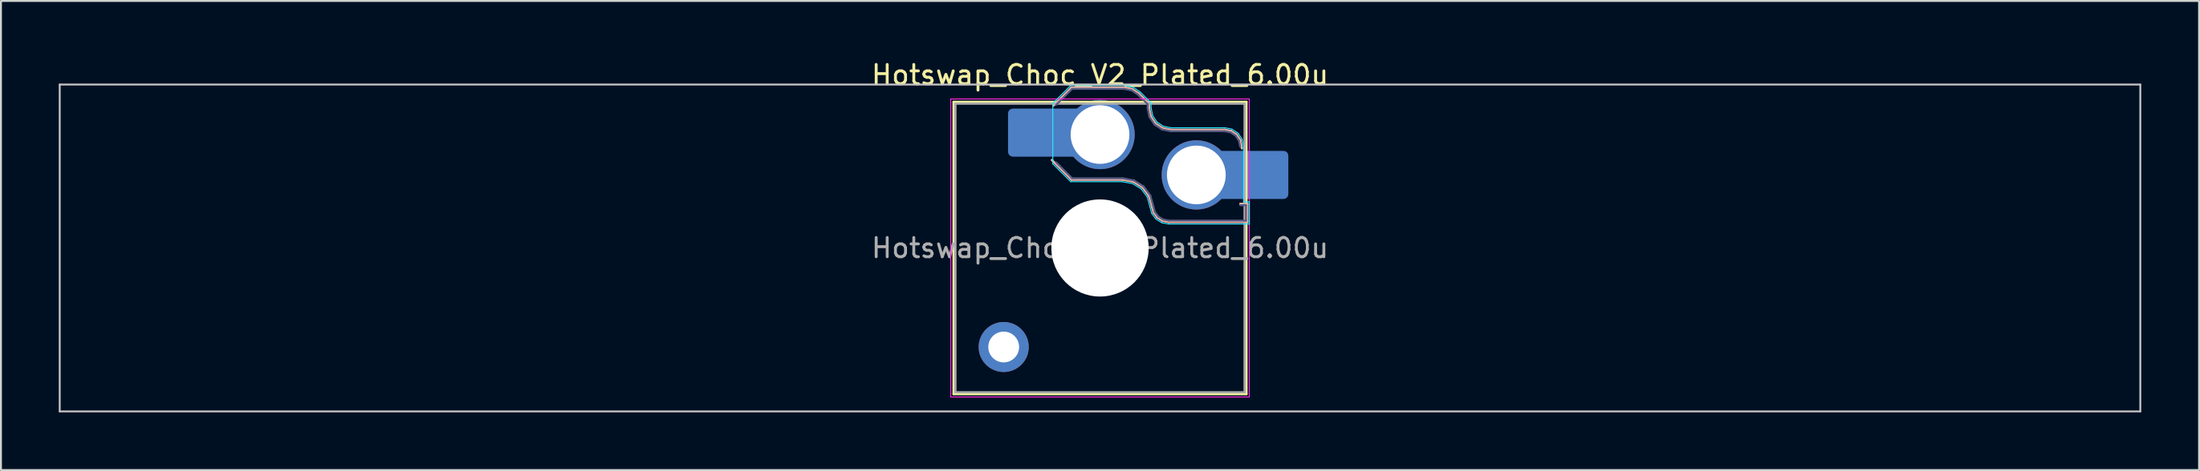
<source format=kicad_pcb>
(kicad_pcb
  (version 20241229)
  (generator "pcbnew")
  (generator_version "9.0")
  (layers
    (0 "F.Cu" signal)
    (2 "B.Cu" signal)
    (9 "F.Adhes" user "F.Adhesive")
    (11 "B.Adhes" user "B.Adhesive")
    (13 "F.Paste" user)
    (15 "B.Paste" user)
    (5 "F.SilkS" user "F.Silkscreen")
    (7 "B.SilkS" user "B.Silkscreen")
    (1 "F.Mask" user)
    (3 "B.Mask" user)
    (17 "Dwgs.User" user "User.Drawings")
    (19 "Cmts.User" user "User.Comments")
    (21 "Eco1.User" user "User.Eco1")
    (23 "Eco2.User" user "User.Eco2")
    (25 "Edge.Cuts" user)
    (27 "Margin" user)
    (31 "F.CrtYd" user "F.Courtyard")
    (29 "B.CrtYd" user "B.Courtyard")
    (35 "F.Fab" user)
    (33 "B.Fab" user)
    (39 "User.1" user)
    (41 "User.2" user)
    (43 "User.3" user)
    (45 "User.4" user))
  (footprint "Hotswap_Choc_V2_Plated_6.00u"
    (layer "F.Cu")
    (at 54.05 9.848)
    (property "Reference" "Hotswap_Choc_V2_Plated_6.00u" (at 0 -9 0) (layer "F.SilkS") (effects (font (size 1 1) (thickness 0.15))))
    (attr smd allow_soldermask_bridges)
    (fp_line (start -7.6 -7.6) (end -7.6 7.6) (stroke (width 0.12) (type solid)) (layer "F.SilkS"))
    (fp_line (start -7.6 7.6) (end 7.6 7.6) (stroke (width 0.12) (type solid)) (layer "F.SilkS"))
    (fp_line (start 7.6 -7.6) (end -7.6 -7.6) (stroke (width 0.12) (type solid)) (layer "F.SilkS"))
    (fp_line (start 7.6 7.6) (end 7.6 -7.6) (stroke (width 0.12) (type solid)) (layer "F.SilkS"))
    (fp_line (start -2.416 -7.409) (end -1.479 -8.346) (stroke (width 0.12) (type solid)) (layer "B.SilkS"))
    (fp_line (start -1.479 -8.346) (end 1.268 -8.346) (stroke (width 0.12) (type solid)) (layer "B.SilkS"))
    (fp_line (start -1.479 -3.554) (end -2.5 -4.575) (stroke (width 0.12) (type solid)) (layer "B.SilkS"))
    (fp_line (start 1.168 -3.554) (end -1.479 -3.554) (stroke (width 0.12) (type solid)) (layer "B.SilkS"))
    (fp_line (start 1.268 -8.346) (end 1.671 -8.266) (stroke (width 0.12) (type solid)) (layer "B.SilkS"))
    (fp_line (start 1.671 -8.266) (end 2.013 -8.037) (stroke (width 0.12) (type solid)) (layer "B.SilkS"))
    (fp_line (start 1.73 -3.449) (end 1.168 -3.554) (stroke (width 0.12) (type solid)) (layer "B.SilkS"))
    (fp_line (start 2.013 -8.037) (end 2.546 -7.504) (stroke (width 0.12) (type solid)) (layer "B.SilkS"))
    (fp_line (start 2.209 -3.15) (end 1.73 -3.449) (stroke (width 0.12) (type solid)) (layer "B.SilkS"))
    (fp_line (start 2.546 -7.504) (end 2.546 -7.282) (stroke (width 0.12) (type solid)) (layer "B.SilkS"))
    (fp_line (start 2.546 -7.282) (end 2.633 -6.844) (stroke (width 0.12) (type solid)) (layer "B.SilkS"))
    (fp_line (start 2.547 -2.697) (end 2.209 -3.15) (stroke (width 0.12) (type solid)) (layer "B.SilkS"))
    (fp_line (start 2.633 -6.844) (end 2.877 -6.477) (stroke (width 0.12) (type solid)) (layer "B.SilkS"))
    (fp_line (start 2.701 -2.139) (end 2.547 -2.697) (stroke (width 0.12) (type solid)) (layer "B.SilkS"))
    (fp_line (start 2.783 -1.841) (end 2.701 -2.139) (stroke (width 0.12) (type solid)) (layer "B.SilkS"))
    (fp_line (start 2.877 -6.477) (end 3.244 -6.233) (stroke (width 0.12) (type solid)) (layer "B.SilkS"))
    (fp_line (start 2.976 -1.583) (end 2.783 -1.841) (stroke (width 0.12) (type solid)) (layer "B.SilkS"))
    (fp_line (start 3.244 -6.233) (end 3.682 -6.146) (stroke (width 0.12) (type solid)) (layer "B.SilkS"))
    (fp_line (start 3.25 -1.413) (end 2.976 -1.583) (stroke (width 0.12) (type solid)) (layer "B.SilkS"))
    (fp_line (start 3.56 -1.354) (end 3.25 -1.413) (stroke (width 0.12) (type solid)) (layer "B.SilkS"))
    (fp_line (start 3.682 -6.146) (end 6.482 -6.146) (stroke (width 0.12) (type solid)) (layer "B.SilkS"))
    (fp_line (start 6.482 -6.146) (end 6.809 -6.081) (stroke (width 0.12) (type solid)) (layer "B.SilkS"))
    (fp_line (start 6.809 -6.081) (end 7.092 -5.892) (stroke (width 0.12) (type solid)) (layer "B.SilkS"))
    (fp_line (start 7.092 -5.892) (end 7.281 -5.609) (stroke (width 0.12) (type solid)) (layer "B.SilkS"))
    (fp_line (start 7.281 -5.609) (end 7.366 -5.182) (stroke (width 0.12) (type solid)) (layer "B.SilkS"))
    (fp_line (start 7.283 -2.296) (end 7.646 -2.296) (stroke (width 0.12) (type solid)) (layer "B.SilkS"))
    (fp_line (start 7.646 -2.296) (end 7.646 -1.354) (stroke (width 0.12) (type solid)) (layer "B.SilkS"))
    (fp_line (start 7.646 -1.354) (end 3.56 -1.354) (stroke (width 0.12) (type solid)) (layer "B.SilkS"))
    (fp_line (start -54 -8.5) (end -54 8.5) (stroke (width 0.1) (type solid)) (layer "Dwgs.User"))
    (fp_line (start -54 8.5) (end 54 8.5) (stroke (width 0.1) (type solid)) (layer "Dwgs.User"))
    (fp_line (start 54 -8.5) (end -54 -8.5) (stroke (width 0.1) (type solid)) (layer "Dwgs.User"))
    (fp_line (start 54 8.5) (end 54 -8.5) (stroke (width 0.1) (type solid)) (layer "Dwgs.User"))
    (fp_line (start -7.25 -7.25) (end -7.25 7.25) (stroke (width 0.1) (type solid)) (layer "Eco1.User"))
    (fp_line (start -7.25 7.25) (end 7.25 7.25) (stroke (width 0.1) (type solid)) (layer "Eco1.User"))
    (fp_line (start 7.25 -7.25) (end -7.25 -7.25) (stroke (width 0.1) (type solid)) (layer "Eco1.User"))
    (fp_line (start 7.25 7.25) (end 7.25 -7.25) (stroke (width 0.1) (type solid)) (layer "Eco1.User"))
    (fp_line (start -2.452 -7.523) (end -1.523 -8.452) (stroke (width 0.05) (type solid)) (layer "B.CrtYd"))
    (fp_line (start -2.452 -4.377) (end -2.452 -7.523) (stroke (width 0.05) (type solid)) (layer "B.CrtYd"))
    (fp_line (start -1.523 -8.452) (end 1.278 -8.452) (stroke (width 0.05) (type solid)) (layer "B.CrtYd"))
    (fp_line (start -1.523 -3.448) (end -2.452 -4.377) (stroke (width 0.05) (type solid)) (layer "B.CrtYd"))
    (fp_line (start 1.159 -3.448) (end -1.523 -3.448) (stroke (width 0.05) (type solid)) (layer "B.CrtYd"))
    (fp_line (start 1.278 -8.452) (end 1.712 -8.366) (stroke (width 0.05) (type solid)) (layer "B.CrtYd"))
    (fp_line (start 1.691 -3.348) (end 1.159 -3.448) (stroke (width 0.05) (type solid)) (layer "B.CrtYd"))
    (fp_line (start 1.712 -8.366) (end 2.081 -8.119) (stroke (width 0.05) (type solid)) (layer "B.CrtYd"))
    (fp_line (start 2.081 -8.119) (end 2.652 -7.548) (stroke (width 0.05) (type solid)) (layer "B.CrtYd"))
    (fp_line (start 2.136 -3.071) (end 1.691 -3.348) (stroke (width 0.05) (type solid)) (layer "B.CrtYd"))
    (fp_line (start 2.45 -2.65) (end 2.136 -3.071) (stroke (width 0.05) (type solid)) (layer "B.CrtYd"))
    (fp_line (start 2.599 -2.111) (end 2.45 -2.65) (stroke (width 0.05) (type solid)) (layer "B.CrtYd"))
    (fp_line (start 2.652 -7.548) (end 2.652 -7.292) (stroke (width 0.05) (type solid)) (layer "B.CrtYd"))
    (fp_line (start 2.652 -7.292) (end 2.733 -6.885) (stroke (width 0.05) (type solid)) (layer "B.CrtYd"))
    (fp_line (start 2.687 -1.794) (end 2.599 -2.111) (stroke (width 0.05) (type solid)) (layer "B.CrtYd"))
    (fp_line (start 2.733 -6.885) (end 2.953 -6.553) (stroke (width 0.05) (type solid)) (layer "B.CrtYd"))
    (fp_line (start 2.903 -1.503) (end 2.687 -1.794) (stroke (width 0.05) (type solid)) (layer "B.CrtYd"))
    (fp_line (start 2.953 -6.553) (end 3.285 -6.333) (stroke (width 0.05) (type solid)) (layer "B.CrtYd"))
    (fp_line (start 3.211 -1.312) (end 2.903 -1.503) (stroke (width 0.05) (type solid)) (layer "B.CrtYd"))
    (fp_line (start 3.285 -6.333) (end 3.692 -6.252) (stroke (width 0.05) (type solid)) (layer "B.CrtYd"))
    (fp_line (start 3.55 -1.248) (end 3.211 -1.312) (stroke (width 0.05) (type solid)) (layer "B.CrtYd"))
    (fp_line (start 3.692 -6.252) (end 6.492 -6.252) (stroke (width 0.05) (type solid)) (layer "B.CrtYd"))
    (fp_line (start 6.492 -6.252) (end 6.85 -6.181) (stroke (width 0.05) (type solid)) (layer "B.CrtYd"))
    (fp_line (start 6.85 -6.181) (end 7.168 -5.968) (stroke (width 0.05) (type solid)) (layer "B.CrtYd"))
    (fp_line (start 7.168 -5.968) (end 7.381 -5.65) (stroke (width 0.05) (type solid)) (layer "B.CrtYd"))
    (fp_line (start 7.381 -5.65) (end 7.452 -5.292) (stroke (width 0.05) (type solid)) (layer "B.CrtYd"))
    (fp_line (start 7.452 -5.292) (end 7.452 -2.402) (stroke (width 0.05) (type solid)) (layer "B.CrtYd"))
    (fp_line (start 7.452 -2.402) (end 7.752 -2.402) (stroke (width 0.05) (type solid)) (layer "B.CrtYd"))
    (fp_line (start 7.752 -2.402) (end 7.752 -1.248) (stroke (width 0.05) (type solid)) (layer "B.CrtYd"))
    (fp_line (start 7.752 -1.248) (end 3.55 -1.248) (stroke (width 0.05) (type solid)) (layer "B.CrtYd"))
    (fp_line (start -7.75 -7.75) (end -7.75 7.75) (stroke (width 0.05) (type solid)) (layer "F.CrtYd"))
    (fp_line (start -7.75 7.75) (end 7.75 7.75) (stroke (width 0.05) (type solid)) (layer "F.CrtYd"))
    (fp_line (start 7.75 -7.75) (end -7.75 -7.75) (stroke (width 0.05) (type solid)) (layer "F.CrtYd"))
    (fp_line (start 7.75 7.75) (end 7.75 -7.75) (stroke (width 0.05) (type solid)) (layer "F.CrtYd"))
    (fp_line (start -2.275 -7.45) (end -1.45 -8.275) (stroke (width 0.1) (type solid)) (layer "B.Fab"))
    (fp_line (start -1.45 -8.275) (end 1.261 -8.275) (stroke (width 0.1) (type solid)) (layer "B.Fab"))
    (fp_line (start -1.45 -3.625) (end -2.275 -4.45) (stroke (width 0.1) (type solid)) (layer "B.Fab"))
    (fp_line (start 1.175 -3.625) (end -1.45 -3.625) (stroke (width 0.1) (type solid)) (layer "B.Fab"))
    (fp_line (start 1.261 -8.275) (end 1.643 -8.199) (stroke (width 0.1) (type solid)) (layer "B.Fab"))
    (fp_line (start 1.643 -8.199) (end 1.968 -7.982) (stroke (width 0.1) (type solid)) (layer "B.Fab"))
    (fp_line (start 1.756 -3.516) (end 1.175 -3.625) (stroke (width 0.1) (type solid)) (layer "B.Fab"))
    (fp_line (start 1.968 -7.982) (end 2.475 -7.475) (stroke (width 0.1) (type solid)) (layer "B.Fab"))
    (fp_line (start 2.258 -3.203) (end 1.756 -3.516) (stroke (width 0.1) (type solid)) (layer "B.Fab"))
    (fp_line (start 2.475 -7.475) (end 2.475 -7.275) (stroke (width 0.1) (type solid)) (layer "B.Fab"))
    (fp_line (start 2.475 -7.275) (end 2.566 -6.816) (stroke (width 0.1) (type solid)) (layer "B.Fab"))
    (fp_line (start 2.566 -6.816) (end 2.826 -6.426) (stroke (width 0.1) (type solid)) (layer "B.Fab"))
    (fp_line (start 2.612 -2.729) (end 2.258 -3.203) (stroke (width 0.1) (type solid)) (layer "B.Fab"))
    (fp_line (start 2.769 -2.158) (end 2.612 -2.729) (stroke (width 0.1) (type solid)) (layer "B.Fab"))
    (fp_line (start 2.826 -6.426) (end 3.216 -6.166) (stroke (width 0.1) (type solid)) (layer "B.Fab"))
    (fp_line (start 2.848 -1.873) (end 2.769 -2.158) (stroke (width 0.1) (type solid)) (layer "B.Fab"))
    (fp_line (start 3.025 -1.636) (end 2.848 -1.873) (stroke (width 0.1) (type solid)) (layer "B.Fab"))
    (fp_line (start 3.216 -6.166) (end 3.675 -6.075) (stroke (width 0.1) (type solid)) (layer "B.Fab"))
    (fp_line (start 3.276 -1.48) (end 3.025 -1.636) (stroke (width 0.1) (type solid)) (layer "B.Fab"))
    (fp_line (start 3.567 -1.425) (end 3.276 -1.48) (stroke (width 0.1) (type solid)) (layer "B.Fab"))
    (fp_line (start 3.675 -6.075) (end 6.475 -6.075) (stroke (width 0.1) (type solid)) (layer "B.Fab"))
    (fp_line (start 6.475 -6.075) (end 6.781 -6.014) (stroke (width 0.1) (type solid)) (layer "B.Fab"))
    (fp_line (start 6.781 -6.014) (end 7.041 -5.841) (stroke (width 0.1) (type solid)) (layer "B.Fab"))
    (fp_line (start 7.041 -5.841) (end 7.214 -5.581) (stroke (width 0.1) (type solid)) (layer "B.Fab"))
    (fp_line (start 7.214 -5.581) (end 7.275 -5.275) (stroke (width 0.1) (type solid)) (layer "B.Fab"))
    (fp_line (start 7.275 -2.225) (end 7.575 -2.225) (stroke (width 0.1) (type solid)) (layer "B.Fab"))
    (fp_line (start 7.575 -2.225) (end 7.575 -1.425) (stroke (width 0.1) (type solid)) (layer "B.Fab"))
    (fp_line (start 7.575 -1.425) (end 3.567 -1.425) (stroke (width 0.1) (type solid)) (layer "B.Fab"))
    (fp_line (start -7.5 -7.5) (end -7.5 7.5) (stroke (width 0.1) (type solid)) (layer "F.Fab"))
    (fp_line (start -7.5 7.5) (end 7.5 7.5) (stroke (width 0.1) (type solid)) (layer "F.Fab"))
    (fp_line (start 7.5 -7.5) (end -7.5 -7.5) (stroke (width 0.1) (type solid)) (layer "F.Fab"))
    (fp_line (start 7.5 7.5) (end 7.5 -7.5) (stroke (width 0.1) (type solid)) (layer "F.Fab"))
    (fp_text user "${REFERENCE}" (at 0 0 0) (layer "F.Fab") (effects (font (size 1 1) (thickness 0.15))))
    (pad "" thru_hole circle (at -5 5.15) (size 2.6 2.6) (drill 1.6) (layers "*.Cu" "*.Mask"))
    (pad "" smd roundrect (at -3.5 -6) (size 2.55 2.5) (layers "B.Mask" "B.Paste") (roundrect_rratio 0.1))
    (pad "" np_thru_hole circle (at 0 0) (size 5.05 5.05) (drill 5.05) (layers "*.Cu" "*.Mask"))
    (pad "" smd roundrect (at 8.5 -3.8) (size 2.55 2.5) (layers "B.Mask" "B.Paste") (roundrect_rratio 0.1))
    (pad "1" smd roundrect (at -2.85 -6) (size 3.85 2.5) (layers "B.Cu") (roundrect_rratio 0.1))
    (pad "1" thru_hole circle (at 0 -5.9) (size 3.6 3.6) (drill 3.05) (layers "*.Cu" "*.Mask"))
    (pad "2" thru_hole circle (at 5 -3.8) (size 3.6 3.6) (drill 3.05) (layers "*.Cu" "*.Mask"))
    (pad "2" smd roundrect (at 7.85 -3.8) (size 3.85 2.5) (layers "B.Cu") (roundrect_rratio 0.1)))
  (gr_rect
    (start -3 -3)
    (end 111.1 21.398)
    (stroke (width 0.1) (type default))
    (fill no)
    (layer "Edge.Cuts")))
</source>
